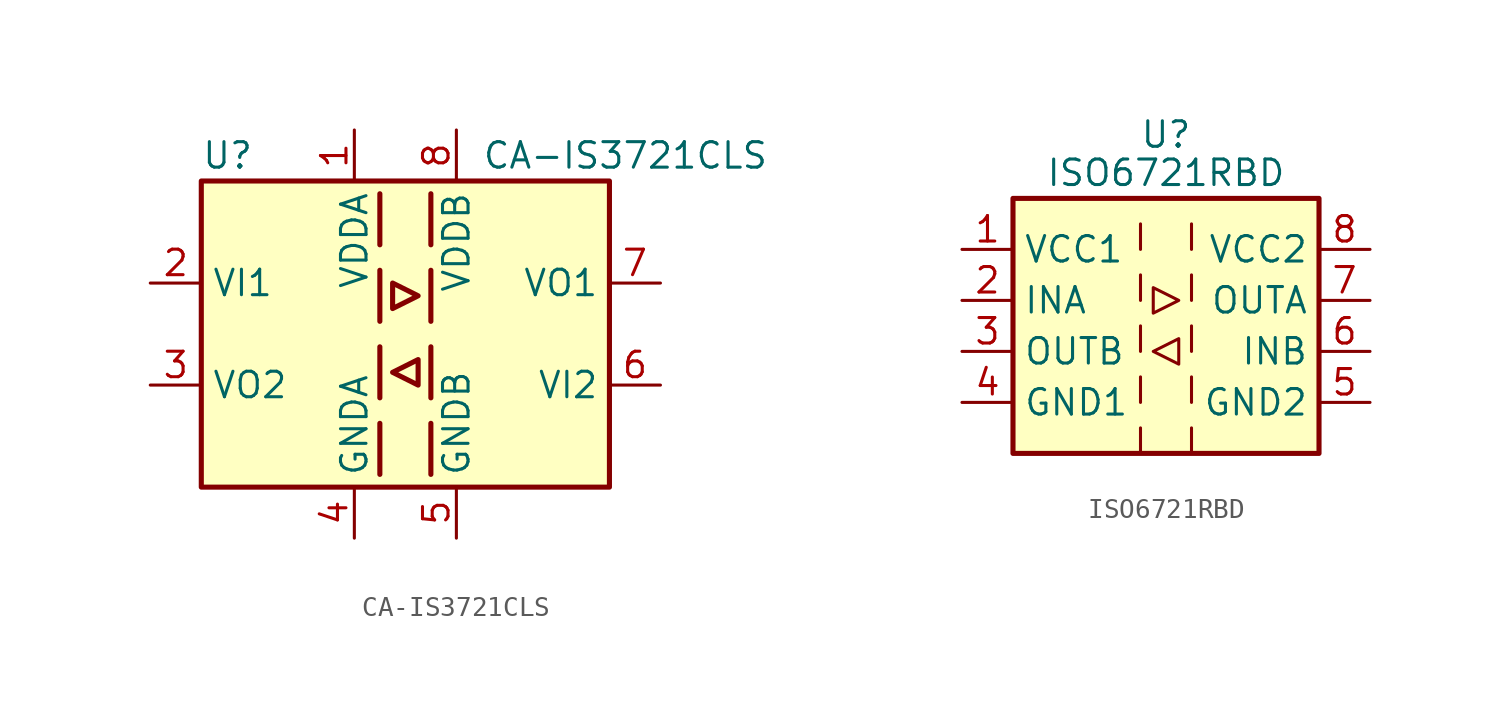
<source format=kicad_sym>
(kicad_symbol_lib
  (version 20241209)
  (generator "kicad_symbol_editor")
  (generator_version "9.0")
  (symbol "CA-IS3721CLS"
    (property "Reference" "U"
      (at -10.16 8.89 0)
      (effects (font (size 1.27 1.27)) (justify left)))
    (property "Value" "CA-IS3721CLS"
      (at 3.81 8.89 0)
      (effects (font (size 1.27 1.27)) (justify left)))
    (symbol "CA-IS3721CLS_0_1"
      (rectangle (start -10.16 7.62) (end 10.16 -7.62) (stroke (width 0.254) (type default)) (fill (type background)))
      (polyline (pts (xy -1.27 6.985) (xy -1.27 4.445)) (stroke (width 0.254) (type default)) (fill (type none)))
      (polyline (pts (xy -1.27 3.175) (xy -1.27 0.635)) (stroke (width 0.254) (type default)) (fill (type none)))
      (polyline (pts (xy -1.27 -0.635) (xy -1.27 -3.175)) (stroke (width 0.254) (type default)) (fill (type none)))
      (polyline (pts (xy -1.27 -4.445) (xy -1.27 -6.985)) (stroke (width 0.254) (type default)) (fill (type none)))
      (polyline (pts (xy -0.635 2.54) (xy -0.635 1.27) (xy 0.635 1.905) (xy -0.635 2.54)) (stroke (width 0.254) (type default)) (fill (type none)))
      (polyline (pts (xy 0.635 -2.54) (xy -0.635 -1.905) (xy 0.635 -1.27) (xy 0.635 -2.54)) (stroke (width 0.254) (type default)) (fill (type none)))
      (polyline (pts (xy 1.27 6.985) (xy 1.27 4.445)) (stroke (width 0.254) (type default)) (fill (type none)))
      (polyline (pts (xy 1.27 3.175) (xy 1.27 0.635)) (stroke (width 0.254) (type default)) (fill (type none)))
      (polyline (pts (xy 1.27 -0.635) (xy 1.27 -3.175)) (stroke (width 0.254) (type default)) (fill (type none)))
      (polyline (pts (xy 1.27 -4.445) (xy 1.27 -6.985)) (stroke (width 0.254) (type default)) (fill (type none))))
    (symbol "CA-IS3721CLS_1_1"
      (pin input line (at -12.7 2.54 0) (length 2.54) (name "VI1" (effects (font (size 1.27 1.27)))) (number "2" (effects (font (size 1.27 1.27)))))
      (pin output line (at -12.7 -2.54 0) (length 2.54) (name "VO2" (effects (font (size 1.27 1.27)))) (number "3" (effects (font (size 1.27 1.27)))))
      (pin power_in line (at -2.54 10.16 270) (length 2.54) (name "VDDA" (effects (font (size 1.27 1.27)))) (number "1" (effects (font (size 1.27 1.27)))))
      (pin power_in line (at -2.54 -10.16 90) (length 2.54) (name "GNDA" (effects (font (size 1.27 1.27)))) (number "4" (effects (font (size 1.27 1.27)))))
      (pin power_in line (at 2.54 10.16 270) (length 2.54) (name "VDDB" (effects (font (size 1.27 1.27)))) (number "8" (effects (font (size 1.27 1.27)))))
      (pin power_in line (at 2.54 -10.16 90) (length 2.54) (name "GNDB" (effects (font (size 1.27 1.27)))) (number "5" (effects (font (size 1.27 1.27)))))
      (pin output line (at 12.7 2.54 180) (length 2.54) (name "VO1" (effects (font (size 1.27 1.27)))) (number "7" (effects (font (size 1.27 1.27)))))
      (pin input line (at 12.7 -2.54 180) (length 2.54) (name "VI2" (effects (font (size 1.27 1.27)))) (number "6" (effects (font (size 1.27 1.27)))))))
  (symbol "ISO6721RBD"
    (property "Reference" "U"
      (at 0 10.795 0)
      (effects (font (size 1.27 1.27))))
    (property "Value" "ISO6721RBD"
      (at 0 8.89 0)
      (effects (font (size 1.27 1.27))))
    (symbol "ISO6721RBD_0_1"
      (rectangle (start -7.62 7.62) (end 7.62 -5.08) (stroke (width 0.254) (type default)) (fill (type background)))
      (polyline (pts (xy -1.27 6.35) (xy -1.27 5.08)) (stroke (width 0) (type default)) (fill (type none)))
      (polyline (pts (xy -1.27 3.81) (xy -1.27 2.54)) (stroke (width 0) (type default)) (fill (type none)))
      (polyline (pts (xy -1.27 1.27) (xy -1.27 0)) (stroke (width 0) (type default)) (fill (type none)))
      (polyline (pts (xy -1.27 -1.27) (xy -1.27 -2.54)) (stroke (width 0) (type default)) (fill (type none)))
      (polyline (pts (xy -1.27 -3.81) (xy -1.27 -5.08)) (stroke (width 0) (type default)) (fill (type none)))
      (polyline (pts (xy -0.635 3.175) (xy -0.635 1.905) (xy 0.635 2.54) (xy -0.635 3.175)) (stroke (width 0) (type default)) (fill (type none)))
      (polyline (pts (xy -0.635 0) (xy 0.635 0.635) (xy 0.635 -0.635) (xy -0.635 0)) (stroke (width 0) (type default)) (fill (type none)))
      (polyline (pts (xy 1.27 6.35) (xy 1.27 5.08)) (stroke (width 0) (type default)) (fill (type none)))
      (polyline (pts (xy 1.27 3.81) (xy 1.27 2.54)) (stroke (width 0) (type default)) (fill (type none)))
      (polyline (pts (xy 1.27 1.27) (xy 1.27 0)) (stroke (width 0) (type default)) (fill (type none)))
      (polyline (pts (xy 1.27 -1.27) (xy 1.27 -2.54)) (stroke (width 0) (type default)) (fill (type none)))
      (polyline (pts (xy 1.27 -3.81) (xy 1.27 -5.08)) (stroke (width 0) (type default)) (fill (type none))))
    (symbol "ISO6721RBD_1_1"
      (pin power_in line (at -10.16 5.08 0) (length 2.54) (name "VCC1" (effects (font (size 1.27 1.27)))) (number "1" (effects (font (size 1.27 1.27)))))
      (pin input line (at -10.16 2.54 0) (length 2.54) (name "INA" (effects (font (size 1.27 1.27)))) (number "2" (effects (font (size 1.27 1.27)))))
      (pin output line (at -10.16 0 0) (length 2.54) (name "OUTB" (effects (font (size 1.27 1.27)))) (number "3" (effects (font (size 1.27 1.27)))))
      (pin power_in line (at -10.16 -2.54 0) (length 2.54) (name "GND1" (effects (font (size 1.27 1.27)))) (number "4" (effects (font (size 1.27 1.27)))))
      (pin power_in line (at 10.16 5.08 180) (length 2.54) (name "VCC2" (effects (font (size 1.27 1.27)))) (number "8" (effects (font (size 1.27 1.27)))))
      (pin output line (at 10.16 2.54 180) (length 2.54) (name "OUTA" (effects (font (size 1.27 1.27)))) (number "7" (effects (font (size 1.27 1.27)))))
      (pin input line (at 10.16 0 180) (length 2.54) (name "INB" (effects (font (size 1.27 1.27)))) (number "6" (effects (font (size 1.27 1.27)))))
      (pin power_in line (at 10.16 -2.54 180) (length 2.54) (name "GND2" (effects (font (size 1.27 1.27)))) (number "5" (effects (font (size 1.27 1.27))))))))
</source>
